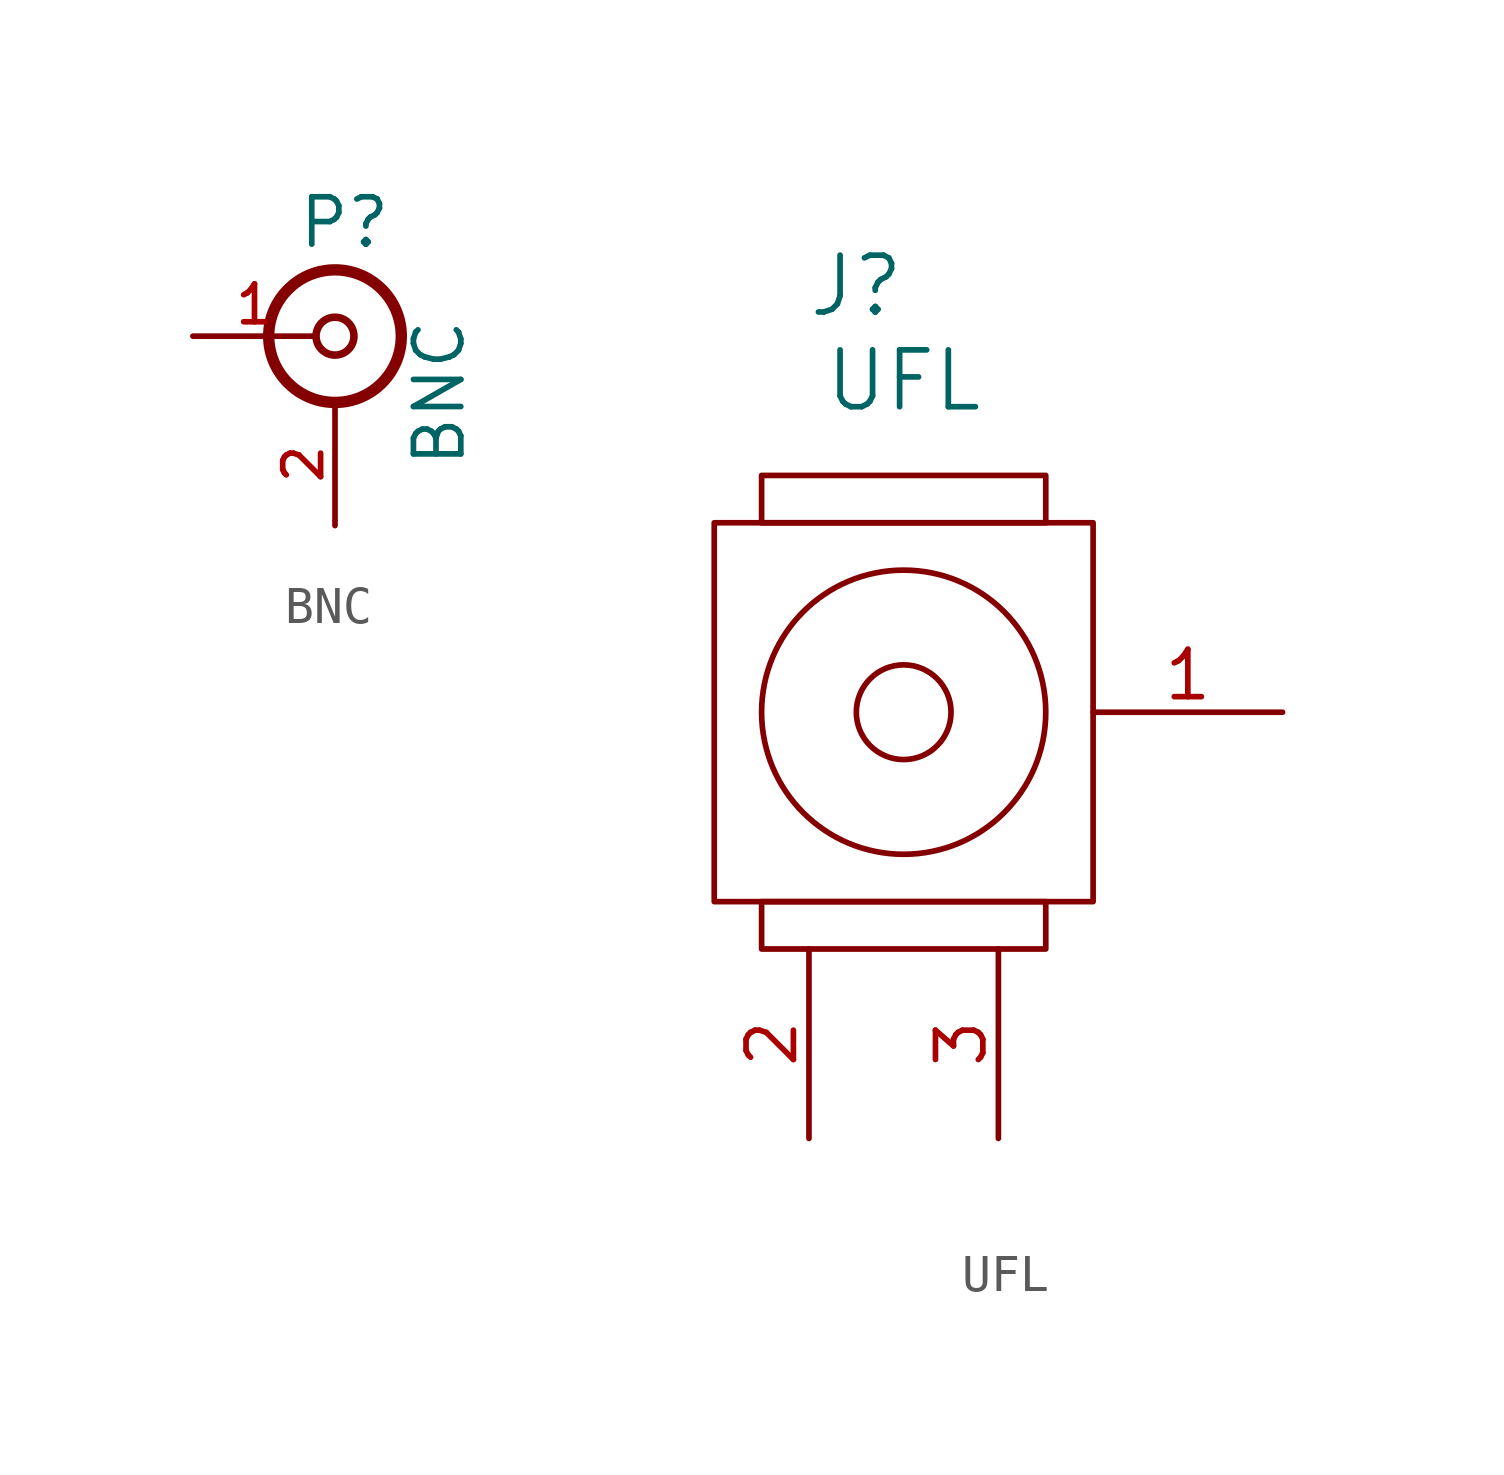
<source format=kicad_sym>
(kicad_symbol_lib
  (version 20231120)
  (generator "kicad_symbol_editor")
  (generator_version "8.0")
  (symbol "BNC"
    (pin_names
      (offset 1.016) hide)
    (property "Reference" "P"
      (at 0.254 3.048 0)
      (effects (font (size 1.27 1.27))))
    (property "Value" "BNC"
      (at 2.794 -1.524 90)
      (effects (font (size 1.27 1.27))))
    (property "Footprint" ""
      (at 0 0 0)
      (effects (font (size 1.524 1.524))))
    (property "Datasheet" ""
      (at 0 0 0)
      (effects (font (size 1.524 1.524))))
    (symbol "BNC_0_1"
      (circle (center 0 0) (radius 0.508) (stroke (width 0.203) (type default)) (fill (type none)))
      (circle (center 0 0) (radius 1.778) (stroke (width 0.305) (type default)) (fill (type none))))
    (symbol "BNC_1_1"
      (pin passive line (at -3.81 0 0) (length 3.302) (name "In" (effects (font (size 1.016 1.016)))) (number "1" (effects (font (size 1.016 1.016)))))
      (pin passive line (at 0 -5.08 90) (length 3.302) (name "Ext" (effects (font (size 1.016 1.016)))) (number "2" (effects (font (size 1.016 1.016)))))))
  (symbol "UFL"
    (pin_names
      (offset 1.016) hide)
    (property "Reference" "J"
      (at -1.27 11.43 0)
      (effects (font (size 1.524 1.524))))
    (property "Value" "UFL"
      (at 0 8.89 0)
      (effects (font (size 1.524 1.524))))
    (property "Footprint" ""
      (at 0 0 0)
      (effects (font (size 1.524 1.524))))
    (property "Datasheet" ""
      (at 0 0 0)
      (effects (font (size 1.524 1.524))))
    (symbol "UFL_0_1"
      (rectangle (start -5.08 5.08) (end 5.08 -5.08) (stroke (width 0) (type default)) (fill (type none)))
      (rectangle (start -3.81 -5.08) (end 3.81 -6.35) (stroke (width 0) (type default)) (fill (type none)))
      (rectangle (start -3.81 5.08) (end 3.81 6.35) (stroke (width 0) (type default)) (fill (type none)))
      (circle (center 0 0) (radius 1.27) (stroke (width 0) (type default)) (fill (type none)))
      (circle (center 0 0) (radius 3.81) (stroke (width 0) (type default)) (fill (type none))))
    (symbol "UFL_1_1"
      (pin passive line (at 10.16 0 180) (length 5.08) (name "RF" (effects (font (size 1.27 1.27)))) (number "1" (effects (font (size 1.27 1.27)))))
      (pin passive line (at -2.54 -11.43 90) (length 5.08) (name "GND" (effects (font (size 1.27 1.27)))) (number "2" (effects (font (size 1.27 1.27)))))
      (pin passive line (at 2.54 -11.43 90) (length 5.08) (name "GND" (effects (font (size 1.27 1.27)))) (number "3" (effects (font (size 1.27 1.27))))))))
</source>
